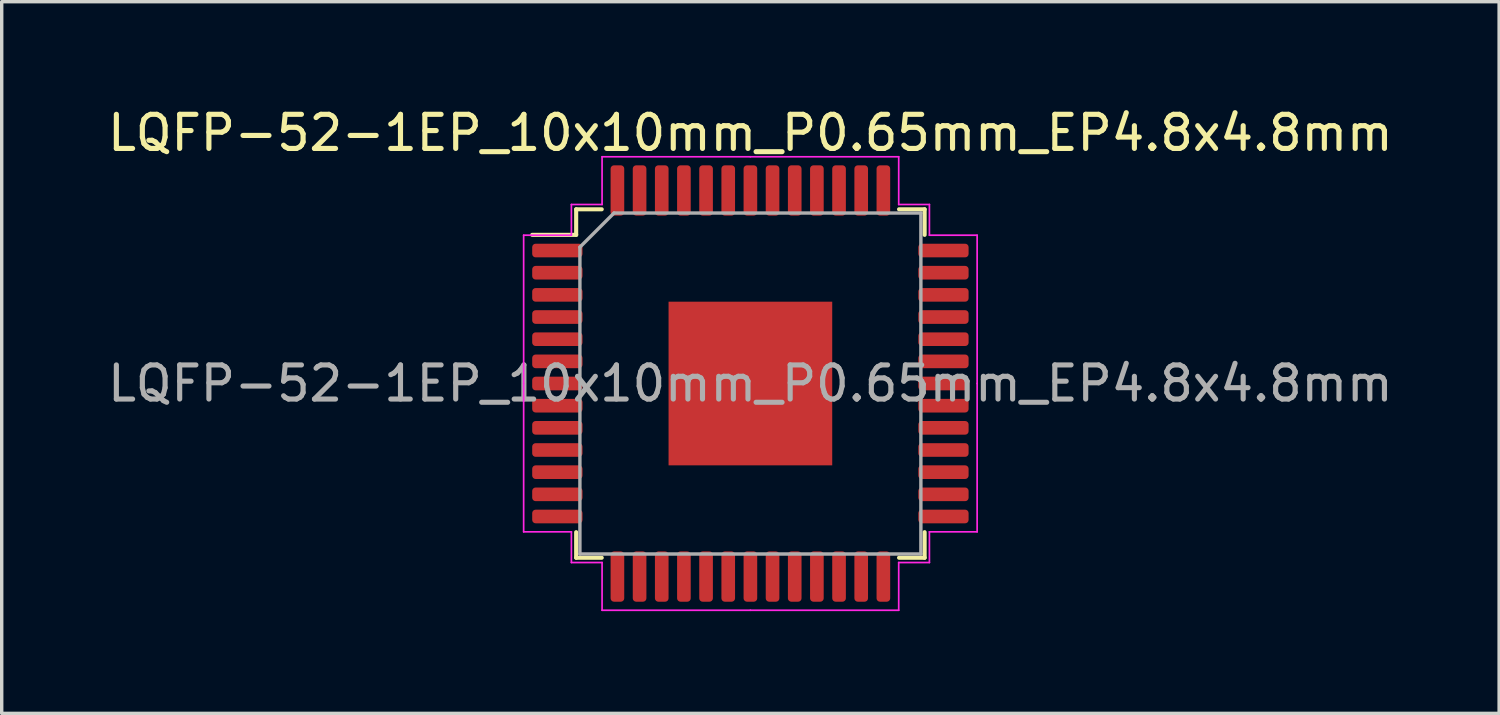
<source format=kicad_pcb>
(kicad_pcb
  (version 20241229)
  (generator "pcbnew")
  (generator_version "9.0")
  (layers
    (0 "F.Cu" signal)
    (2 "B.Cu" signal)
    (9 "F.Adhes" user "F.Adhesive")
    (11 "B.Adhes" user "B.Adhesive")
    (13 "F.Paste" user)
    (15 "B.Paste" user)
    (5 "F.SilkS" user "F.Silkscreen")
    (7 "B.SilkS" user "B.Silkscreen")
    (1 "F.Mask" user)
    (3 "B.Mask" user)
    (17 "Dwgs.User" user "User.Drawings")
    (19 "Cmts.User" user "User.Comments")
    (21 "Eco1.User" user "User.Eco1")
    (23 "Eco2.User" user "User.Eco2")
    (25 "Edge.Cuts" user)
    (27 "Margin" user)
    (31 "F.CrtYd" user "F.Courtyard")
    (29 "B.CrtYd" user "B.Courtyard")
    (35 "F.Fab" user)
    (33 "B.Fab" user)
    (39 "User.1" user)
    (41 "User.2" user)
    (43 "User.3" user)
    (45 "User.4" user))
  (footprint "LQFP-52-1EP_10x10mm_P0.65mm_EP4.8x4.8mm"
    (layer "F.Cu")
    (at 18.958 8.198)
    (property "Reference" "LQFP-52-1EP_10x10mm_P0.65mm_EP4.8x4.8mm" (at 0 -7.35 0) (layer "F.SilkS") (effects (font (size 1 1) (thickness 0.15))))
    (attr smd)
    (fp_line (start -5.11 -5.11) (end -5.11 -4.36) (stroke (width 0.12) (type solid)) (layer "F.SilkS"))
    (fp_line (start -5.11 -4.36) (end -6.4 -4.36) (stroke (width 0.12) (type solid)) (layer "F.SilkS"))
    (fp_line (start -5.11 5.11) (end -5.11 4.36) (stroke (width 0.12) (type solid)) (layer "F.SilkS"))
    (fp_line (start -4.36 -5.11) (end -5.11 -5.11) (stroke (width 0.12) (type solid)) (layer "F.SilkS"))
    (fp_line (start -4.36 5.11) (end -5.11 5.11) (stroke (width 0.12) (type solid)) (layer "F.SilkS"))
    (fp_line (start 4.36 -5.11) (end 5.11 -5.11) (stroke (width 0.12) (type solid)) (layer "F.SilkS"))
    (fp_line (start 4.36 5.11) (end 5.11 5.11) (stroke (width 0.12) (type solid)) (layer "F.SilkS"))
    (fp_line (start 5.11 -5.11) (end 5.11 -4.36) (stroke (width 0.12) (type solid)) (layer "F.SilkS"))
    (fp_line (start 5.11 5.11) (end 5.11 4.36) (stroke (width 0.12) (type solid)) (layer "F.SilkS"))
    (fp_line (start -6.65 -4.35) (end -6.65 0) (stroke (width 0.05) (type solid)) (layer "F.CrtYd"))
    (fp_line (start -6.65 4.35) (end -6.65 0) (stroke (width 0.05) (type solid)) (layer "F.CrtYd"))
    (fp_line (start -5.25 -5.25) (end -5.25 -4.35) (stroke (width 0.05) (type solid)) (layer "F.CrtYd"))
    (fp_line (start -5.25 -4.35) (end -6.65 -4.35) (stroke (width 0.05) (type solid)) (layer "F.CrtYd"))
    (fp_line (start -5.25 4.35) (end -6.65 4.35) (stroke (width 0.05) (type solid)) (layer "F.CrtYd"))
    (fp_line (start -5.25 5.25) (end -5.25 4.35) (stroke (width 0.05) (type solid)) (layer "F.CrtYd"))
    (fp_line (start -4.35 -6.65) (end -4.35 -5.25) (stroke (width 0.05) (type solid)) (layer "F.CrtYd"))
    (fp_line (start -4.35 -5.25) (end -5.25 -5.25) (stroke (width 0.05) (type solid)) (layer "F.CrtYd"))
    (fp_line (start -4.35 5.25) (end -5.25 5.25) (stroke (width 0.05) (type solid)) (layer "F.CrtYd"))
    (fp_line (start -4.35 6.65) (end -4.35 5.25) (stroke (width 0.05) (type solid)) (layer "F.CrtYd"))
    (fp_line (start 0 -6.65) (end -4.35 -6.65) (stroke (width 0.05) (type solid)) (layer "F.CrtYd"))
    (fp_line (start 0 -6.65) (end 4.35 -6.65) (stroke (width 0.05) (type solid)) (layer "F.CrtYd"))
    (fp_line (start 0 6.65) (end -4.35 6.65) (stroke (width 0.05) (type solid)) (layer "F.CrtYd"))
    (fp_line (start 0 6.65) (end 4.35 6.65) (stroke (width 0.05) (type solid)) (layer "F.CrtYd"))
    (fp_line (start 4.35 -6.65) (end 4.35 -5.25) (stroke (width 0.05) (type solid)) (layer "F.CrtYd"))
    (fp_line (start 4.35 -5.25) (end 5.25 -5.25) (stroke (width 0.05) (type solid)) (layer "F.CrtYd"))
    (fp_line (start 4.35 5.25) (end 5.25 5.25) (stroke (width 0.05) (type solid)) (layer "F.CrtYd"))
    (fp_line (start 4.35 6.65) (end 4.35 5.25) (stroke (width 0.05) (type solid)) (layer "F.CrtYd"))
    (fp_line (start 5.25 -5.25) (end 5.25 -4.35) (stroke (width 0.05) (type solid)) (layer "F.CrtYd"))
    (fp_line (start 5.25 -4.35) (end 6.65 -4.35) (stroke (width 0.05) (type solid)) (layer "F.CrtYd"))
    (fp_line (start 5.25 4.35) (end 6.65 4.35) (stroke (width 0.05) (type solid)) (layer "F.CrtYd"))
    (fp_line (start 5.25 5.25) (end 5.25 4.35) (stroke (width 0.05) (type solid)) (layer "F.CrtYd"))
    (fp_line (start 6.65 -4.35) (end 6.65 0) (stroke (width 0.05) (type solid)) (layer "F.CrtYd"))
    (fp_line (start 6.65 4.35) (end 6.65 0) (stroke (width 0.05) (type solid)) (layer "F.CrtYd"))
    (fp_line (start -5 -4) (end -4 -5) (stroke (width 0.1) (type solid)) (layer "F.Fab"))
    (fp_line (start -5 5) (end -5 -4) (stroke (width 0.1) (type solid)) (layer "F.Fab"))
    (fp_line (start -4 -5) (end 5 -5) (stroke (width 0.1) (type solid)) (layer "F.Fab"))
    (fp_line (start 5 -5) (end 5 5) (stroke (width 0.1) (type solid)) (layer "F.Fab"))
    (fp_line (start 5 5) (end -5 5) (stroke (width 0.1) (type solid)) (layer "F.Fab"))
    (fp_text user "${REFERENCE}" (at 0 0 0) (layer "F.Fab") (effects (font (size 1 1) (thickness 0.15))))
    (pad "" smd roundrect (at -1.6 -1.6) (size 1.29 1.29) (layers "F.Paste") (roundrect_rratio 0.194))
    (pad "" smd roundrect (at -1.6 0) (size 1.29 1.29) (layers "F.Paste") (roundrect_rratio 0.194))
    (pad "" smd roundrect (at -1.6 1.6) (size 1.29 1.29) (layers "F.Paste") (roundrect_rratio 0.194))
    (pad "" smd roundrect (at 0 -1.6) (size 1.29 1.29) (layers "F.Paste") (roundrect_rratio 0.194))
    (pad "" smd roundrect (at 0 0) (size 1.29 1.29) (layers "F.Paste") (roundrect_rratio 0.194))
    (pad "" smd roundrect (at 0 1.6) (size 1.29 1.29) (layers "F.Paste") (roundrect_rratio 0.194))
    (pad "" smd roundrect (at 1.6 -1.6) (size 1.29 1.29) (layers "F.Paste") (roundrect_rratio 0.194))
    (pad "" smd roundrect (at 1.6 0) (size 1.29 1.29) (layers "F.Paste") (roundrect_rratio 0.194))
    (pad "" smd roundrect (at 1.6 1.6) (size 1.29 1.29) (layers "F.Paste") (roundrect_rratio 0.194))
    (pad "1" smd roundrect (at -5.662 -3.9) (size 1.475 0.4) (layers "F.Cu" "F.Mask" "F.Paste") (roundrect_rratio 0.25))
    (pad "2" smd roundrect (at -5.662 -3.25) (size 1.475 0.4) (layers "F.Cu" "F.Mask" "F.Paste") (roundrect_rratio 0.25))
    (pad "3" smd roundrect (at -5.662 -2.6) (size 1.475 0.4) (layers "F.Cu" "F.Mask" "F.Paste") (roundrect_rratio 0.25))
    (pad "4" smd roundrect (at -5.662 -1.95) (size 1.475 0.4) (layers "F.Cu" "F.Mask" "F.Paste") (roundrect_rratio 0.25))
    (pad "5" smd roundrect (at -5.662 -1.3) (size 1.475 0.4) (layers "F.Cu" "F.Mask" "F.Paste") (roundrect_rratio 0.25))
    (pad "6" smd roundrect (at -5.662 -0.65) (size 1.475 0.4) (layers "F.Cu" "F.Mask" "F.Paste") (roundrect_rratio 0.25))
    (pad "7" smd roundrect (at -5.662 0) (size 1.475 0.4) (layers "F.Cu" "F.Mask" "F.Paste") (roundrect_rratio 0.25))
    (pad "8" smd roundrect (at -5.662 0.65) (size 1.475 0.4) (layers "F.Cu" "F.Mask" "F.Paste") (roundrect_rratio 0.25))
    (pad "9" smd roundrect (at -5.662 1.3) (size 1.475 0.4) (layers "F.Cu" "F.Mask" "F.Paste") (roundrect_rratio 0.25))
    (pad "10" smd roundrect (at -5.662 1.95) (size 1.475 0.4) (layers "F.Cu" "F.Mask" "F.Paste") (roundrect_rratio 0.25))
    (pad "11" smd roundrect (at -5.662 2.6) (size 1.475 0.4) (layers "F.Cu" "F.Mask" "F.Paste") (roundrect_rratio 0.25))
    (pad "12" smd roundrect (at -5.662 3.25) (size 1.475 0.4) (layers "F.Cu" "F.Mask" "F.Paste") (roundrect_rratio 0.25))
    (pad "13" smd roundrect (at -5.662 3.9) (size 1.475 0.4) (layers "F.Cu" "F.Mask" "F.Paste") (roundrect_rratio 0.25))
    (pad "14" smd roundrect (at -3.9 5.662) (size 0.4 1.475) (layers "F.Cu" "F.Mask" "F.Paste") (roundrect_rratio 0.25))
    (pad "15" smd roundrect (at -3.25 5.662) (size 0.4 1.475) (layers "F.Cu" "F.Mask" "F.Paste") (roundrect_rratio 0.25))
    (pad "16" smd roundrect (at -2.6 5.662) (size 0.4 1.475) (layers "F.Cu" "F.Mask" "F.Paste") (roundrect_rratio 0.25))
    (pad "17" smd roundrect (at -1.95 5.662) (size 0.4 1.475) (layers "F.Cu" "F.Mask" "F.Paste") (roundrect_rratio 0.25))
    (pad "18" smd roundrect (at -1.3 5.662) (size 0.4 1.475) (layers "F.Cu" "F.Mask" "F.Paste") (roundrect_rratio 0.25))
    (pad "19" smd roundrect (at -0.65 5.662) (size 0.4 1.475) (layers "F.Cu" "F.Mask" "F.Paste") (roundrect_rratio 0.25))
    (pad "20" smd roundrect (at 0 5.662) (size 0.4 1.475) (layers "F.Cu" "F.Mask" "F.Paste") (roundrect_rratio 0.25))
    (pad "21" smd roundrect (at 0.65 5.662) (size 0.4 1.475) (layers "F.Cu" "F.Mask" "F.Paste") (roundrect_rratio 0.25))
    (pad "22" smd roundrect (at 1.3 5.662) (size 0.4 1.475) (layers "F.Cu" "F.Mask" "F.Paste") (roundrect_rratio 0.25))
    (pad "23" smd roundrect (at 1.95 5.662) (size 0.4 1.475) (layers "F.Cu" "F.Mask" "F.Paste") (roundrect_rratio 0.25))
    (pad "24" smd roundrect (at 2.6 5.662) (size 0.4 1.475) (layers "F.Cu" "F.Mask" "F.Paste") (roundrect_rratio 0.25))
    (pad "25" smd roundrect (at 3.25 5.662) (size 0.4 1.475) (layers "F.Cu" "F.Mask" "F.Paste") (roundrect_rratio 0.25))
    (pad "26" smd roundrect (at 3.9 5.662) (size 0.4 1.475) (layers "F.Cu" "F.Mask" "F.Paste") (roundrect_rratio 0.25))
    (pad "27" smd roundrect (at 5.662 3.9) (size 1.475 0.4) (layers "F.Cu" "F.Mask" "F.Paste") (roundrect_rratio 0.25))
    (pad "28" smd roundrect (at 5.662 3.25) (size 1.475 0.4) (layers "F.Cu" "F.Mask" "F.Paste") (roundrect_rratio 0.25))
    (pad "29" smd roundrect (at 5.662 2.6) (size 1.475 0.4) (layers "F.Cu" "F.Mask" "F.Paste") (roundrect_rratio 0.25))
    (pad "30" smd roundrect (at 5.662 1.95) (size 1.475 0.4) (layers "F.Cu" "F.Mask" "F.Paste") (roundrect_rratio 0.25))
    (pad "31" smd roundrect (at 5.662 1.3) (size 1.475 0.4) (layers "F.Cu" "F.Mask" "F.Paste") (roundrect_rratio 0.25))
    (pad "32" smd roundrect (at 5.662 0.65) (size 1.475 0.4) (layers "F.Cu" "F.Mask" "F.Paste") (roundrect_rratio 0.25))
    (pad "33" smd roundrect (at 5.662 0) (size 1.475 0.4) (layers "F.Cu" "F.Mask" "F.Paste") (roundrect_rratio 0.25))
    (pad "34" smd roundrect (at 5.662 -0.65) (size 1.475 0.4) (layers "F.Cu" "F.Mask" "F.Paste") (roundrect_rratio 0.25))
    (pad "35" smd roundrect (at 5.662 -1.3) (size 1.475 0.4) (layers "F.Cu" "F.Mask" "F.Paste") (roundrect_rratio 0.25))
    (pad "36" smd roundrect (at 5.662 -1.95) (size 1.475 0.4) (layers "F.Cu" "F.Mask" "F.Paste") (roundrect_rratio 0.25))
    (pad "37" smd roundrect (at 5.662 -2.6) (size 1.475 0.4) (layers "F.Cu" "F.Mask" "F.Paste") (roundrect_rratio 0.25))
    (pad "38" smd roundrect (at 5.662 -3.25) (size 1.475 0.4) (layers "F.Cu" "F.Mask" "F.Paste") (roundrect_rratio 0.25))
    (pad "39" smd roundrect (at 5.662 -3.9) (size 1.475 0.4) (layers "F.Cu" "F.Mask" "F.Paste") (roundrect_rratio 0.25))
    (pad "40" smd roundrect (at 3.9 -5.662) (size 0.4 1.475) (layers "F.Cu" "F.Mask" "F.Paste") (roundrect_rratio 0.25))
    (pad "41" smd roundrect (at 3.25 -5.662) (size 0.4 1.475) (layers "F.Cu" "F.Mask" "F.Paste") (roundrect_rratio 0.25))
    (pad "42" smd roundrect (at 2.6 -5.662) (size 0.4 1.475) (layers "F.Cu" "F.Mask" "F.Paste") (roundrect_rratio 0.25))
    (pad "43" smd roundrect (at 1.95 -5.662) (size 0.4 1.475) (layers "F.Cu" "F.Mask" "F.Paste") (roundrect_rratio 0.25))
    (pad "44" smd roundrect (at 1.3 -5.662) (size 0.4 1.475) (layers "F.Cu" "F.Mask" "F.Paste") (roundrect_rratio 0.25))
    (pad "45" smd roundrect (at 0.65 -5.662) (size 0.4 1.475) (layers "F.Cu" "F.Mask" "F.Paste") (roundrect_rratio 0.25))
    (pad "46" smd roundrect (at 0 -5.662) (size 0.4 1.475) (layers "F.Cu" "F.Mask" "F.Paste") (roundrect_rratio 0.25))
    (pad "47" smd roundrect (at -0.65 -5.662) (size 0.4 1.475) (layers "F.Cu" "F.Mask" "F.Paste") (roundrect_rratio 0.25))
    (pad "48" smd roundrect (at -1.3 -5.662) (size 0.4 1.475) (layers "F.Cu" "F.Mask" "F.Paste") (roundrect_rratio 0.25))
    (pad "49" smd roundrect (at -1.95 -5.662) (size 0.4 1.475) (layers "F.Cu" "F.Mask" "F.Paste") (roundrect_rratio 0.25))
    (pad "50" smd roundrect (at -2.6 -5.662) (size 0.4 1.475) (layers "F.Cu" "F.Mask" "F.Paste") (roundrect_rratio 0.25))
    (pad "51" smd roundrect (at -3.25 -5.662) (size 0.4 1.475) (layers "F.Cu" "F.Mask" "F.Paste") (roundrect_rratio 0.25))
    (pad "52" smd roundrect (at -3.9 -5.662) (size 0.4 1.475) (layers "F.Cu" "F.Mask" "F.Paste") (roundrect_rratio 0.25))
    (pad "53" smd rect (at 0 0) (size 4.8 4.8) (layers "F.Cu" "F.Mask")))
  (gr_rect
    (start -3 -3)
    (end 40.917 17.873)
    (stroke (width 0.1) (type default))
    (fill no)
    (layer "Edge.Cuts")))
</source>
